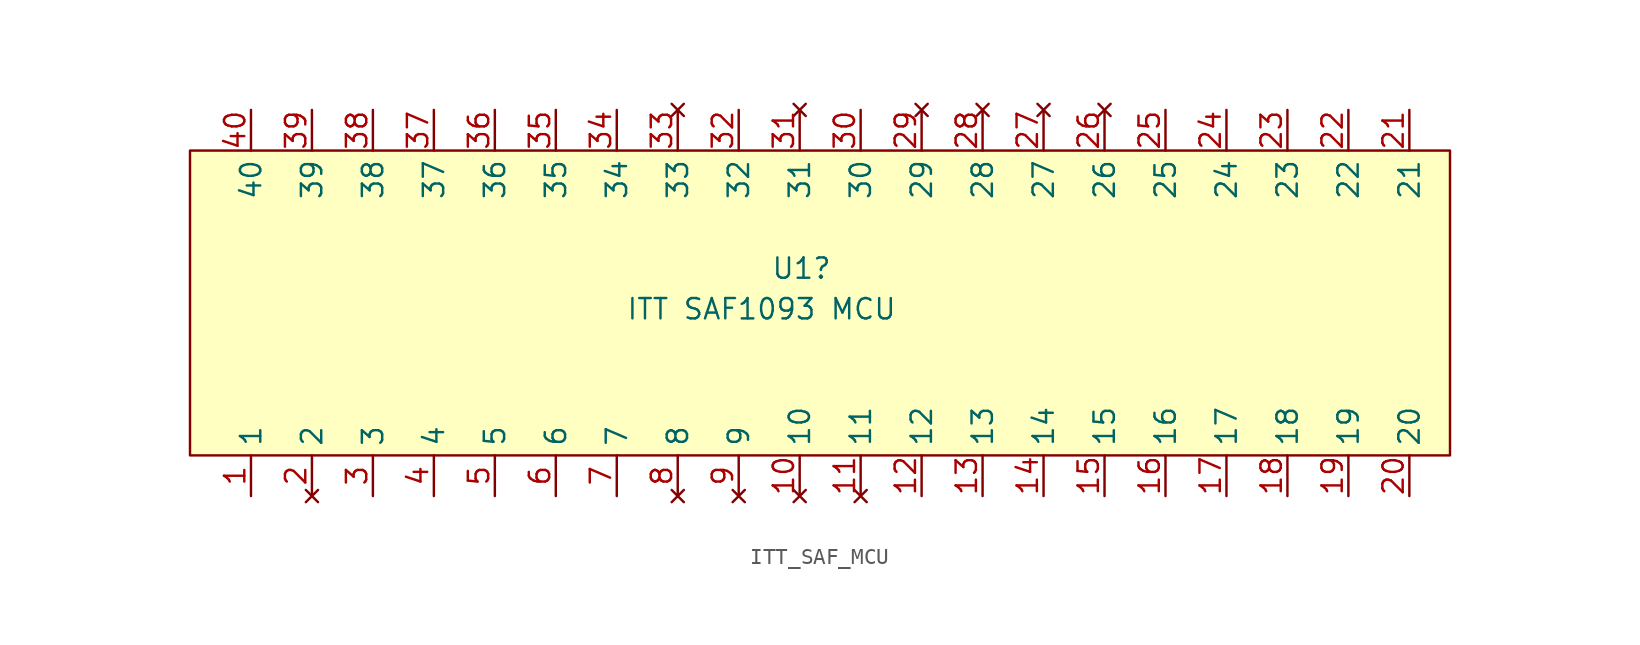
<source format=kicad_sym>
(kicad_symbol_lib
  (version 20241209)
  (generator "kicad_symbol_editor")
  (generator_version "9.0")
  (symbol "ITT_SAF_MCU"
    (property "Reference" "U1"
      (at 0.762 -18.796 0)
      (effects (font (size 1.27 1.27)) (justify right)))
    (property "Value" "ITT SAF1093 MCU"
      (at 4.826 -21.336 0)
      (effects (font (size 1.27 1.27)) (justify right)))
    (symbol "ITT_SAF_MCU_1_1"
      (rectangle (start -39.37 -11.43) (end 39.37 -30.48) (stroke (width 0) (type default)) (fill (type background)))
      (pin input line (at -35.56 -8.89 270) (length 2.54) (name "40" (effects (font (size 1.27 1.27)))) (number "40" (effects (font (size 1.27 1.27)))))
      (pin input line (at -35.56 -33.02 90) (length 2.54) (name "1" (effects (font (size 1.27 1.27)))) (number "1" (effects (font (size 1.27 1.27)))))
      (pin output line (at -31.75 -8.89 270) (length 2.54) (name "39" (effects (font (size 1.27 1.27)))) (number "39" (effects (font (size 1.27 1.27)))))
      (pin no_connect line (at -31.75 -33.02 90) (length 2.54) (name "2" (effects (font (size 1.27 1.27)))) (number "2" (effects (font (size 1.27 1.27)))))
      (pin input line (at -27.94 -8.89 270) (length 2.54) (name "38" (effects (font (size 1.27 1.27)))) (number "38" (effects (font (size 1.27 1.27)))))
      (pin input line (at -27.94 -33.02 90) (length 2.54) (name "3" (effects (font (size 1.27 1.27)))) (number "3" (effects (font (size 1.27 1.27)))))
      (pin input line (at -24.13 -8.89 270) (length 2.54) (name "37" (effects (font (size 1.27 1.27)))) (number "37" (effects (font (size 1.27 1.27)))))
      (pin input line (at -24.13 -33.02 90) (length 2.54) (name "4" (effects (font (size 1.27 1.27)))) (number "4" (effects (font (size 1.27 1.27)))))
      (pin input line (at -20.32 -8.89 270) (length 2.54) (name "36" (effects (font (size 1.27 1.27)))) (number "36" (effects (font (size 1.27 1.27)))))
      (pin input line (at -20.32 -33.02 90) (length 2.54) (name "5" (effects (font (size 1.27 1.27)))) (number "5" (effects (font (size 1.27 1.27)))))
      (pin input line (at -16.51 -8.89 270) (length 2.54) (name "35" (effects (font (size 1.27 1.27)))) (number "35" (effects (font (size 1.27 1.27)))))
      (pin input line (at -16.51 -33.02 90) (length 2.54) (name "6" (effects (font (size 1.27 1.27)))) (number "6" (effects (font (size 1.27 1.27)))))
      (pin input line (at -12.7 -8.89 270) (length 2.54) (name "34" (effects (font (size 1.27 1.27)))) (number "34" (effects (font (size 1.27 1.27)))))
      (pin input line (at -12.7 -33.02 90) (length 2.54) (name "7" (effects (font (size 1.27 1.27)))) (number "7" (effects (font (size 1.27 1.27)))))
      (pin no_connect line (at -8.89 -8.89 270) (length 2.54) (name "33" (effects (font (size 1.27 1.27)))) (number "33" (effects (font (size 1.27 1.27)))))
      (pin no_connect line (at -8.89 -33.02 90) (length 2.54) (name "8" (effects (font (size 1.27 1.27)))) (number "8" (effects (font (size 1.27 1.27)))))
      (pin input line (at -5.08 -8.89 270) (length 2.54) (name "32" (effects (font (size 1.27 1.27)))) (number "32" (effects (font (size 1.27 1.27)))))
      (pin no_connect line (at -5.08 -33.02 90) (length 2.54) (name "9" (effects (font (size 1.27 1.27)))) (number "9" (effects (font (size 1.27 1.27)))))
      (pin no_connect line (at -1.27 -8.89 270) (length 2.54) (name "31" (effects (font (size 1.27 1.27)))) (number "31" (effects (font (size 1.27 1.27)))))
      (pin no_connect line (at -1.27 -33.02 90) (length 2.54) (name "10" (effects (font (size 1.27 1.27)))) (number "10" (effects (font (size 1.27 1.27)))))
      (pin input line (at 2.54 -8.89 270) (length 2.54) (name "30" (effects (font (size 1.27 1.27)))) (number "30" (effects (font (size 1.27 1.27)))))
      (pin no_connect line (at 2.54 -33.02 90) (length 2.54) (name "11" (effects (font (size 1.27 1.27)))) (number "11" (effects (font (size 1.27 1.27)))))
      (pin no_connect line (at 6.35 -8.89 270) (length 2.54) (name "29" (effects (font (size 1.27 1.27)))) (number "29" (effects (font (size 1.27 1.27)))))
      (pin input line (at 6.35 -33.02 90) (length 2.54) (name "12" (effects (font (size 1.27 1.27)))) (number "12" (effects (font (size 1.27 1.27)))))
      (pin no_connect line (at 10.16 -8.89 270) (length 2.54) (name "28" (effects (font (size 1.27 1.27)))) (number "28" (effects (font (size 1.27 1.27)))))
      (pin output line (at 10.16 -33.02 90) (length 2.54) (name "13" (effects (font (size 1.27 1.27)))) (number "13" (effects (font (size 1.27 1.27)))))
      (pin no_connect line (at 13.97 -8.89 270) (length 2.54) (name "27" (effects (font (size 1.27 1.27)))) (number "27" (effects (font (size 1.27 1.27)))))
      (pin output line (at 13.97 -33.02 90) (length 2.54) (name "14" (effects (font (size 1.27 1.27)))) (number "14" (effects (font (size 1.27 1.27)))))
      (pin no_connect line (at 17.78 -8.89 270) (length 2.54) (name "26" (effects (font (size 1.27 1.27)))) (number "26" (effects (font (size 1.27 1.27)))))
      (pin output line (at 17.78 -33.02 90) (length 2.54) (name "15" (effects (font (size 1.27 1.27)))) (number "15" (effects (font (size 1.27 1.27)))))
      (pin input line (at 21.59 -8.89 270) (length 2.54) (name "25" (effects (font (size 1.27 1.27)))) (number "25" (effects (font (size 1.27 1.27)))))
      (pin output line (at 21.59 -33.02 90) (length 2.54) (name "16" (effects (font (size 1.27 1.27)))) (number "16" (effects (font (size 1.27 1.27)))))
      (pin output line (at 25.4 -8.89 270) (length 2.54) (name "24" (effects (font (size 1.27 1.27)))) (number "24" (effects (font (size 1.27 1.27)))))
      (pin output line (at 25.4 -33.02 90) (length 2.54) (name "17" (effects (font (size 1.27 1.27)))) (number "17" (effects (font (size 1.27 1.27)))))
      (pin output line (at 29.21 -8.89 270) (length 2.54) (name "23" (effects (font (size 1.27 1.27)))) (number "23" (effects (font (size 1.27 1.27)))))
      (pin output line (at 29.21 -33.02 90) (length 2.54) (name "18" (effects (font (size 1.27 1.27)))) (number "18" (effects (font (size 1.27 1.27)))))
      (pin output line (at 33.02 -8.89 270) (length 2.54) (name "22" (effects (font (size 1.27 1.27)))) (number "22" (effects (font (size 1.27 1.27)))))
      (pin output line (at 33.02 -33.02 90) (length 2.54) (name "19" (effects (font (size 1.27 1.27)))) (number "19" (effects (font (size 1.27 1.27)))))
      (pin power_in line (at 36.83 -8.89 270) (length 2.54) (name "21" (effects (font (size 1.27 1.27)))) (number "21" (effects (font (size 1.27 1.27)))))
      (pin output line (at 36.83 -33.02 90) (length 2.54) (name "20" (effects (font (size 1.27 1.27)))) (number "20" (effects (font (size 1.27 1.27))))))))
</source>
